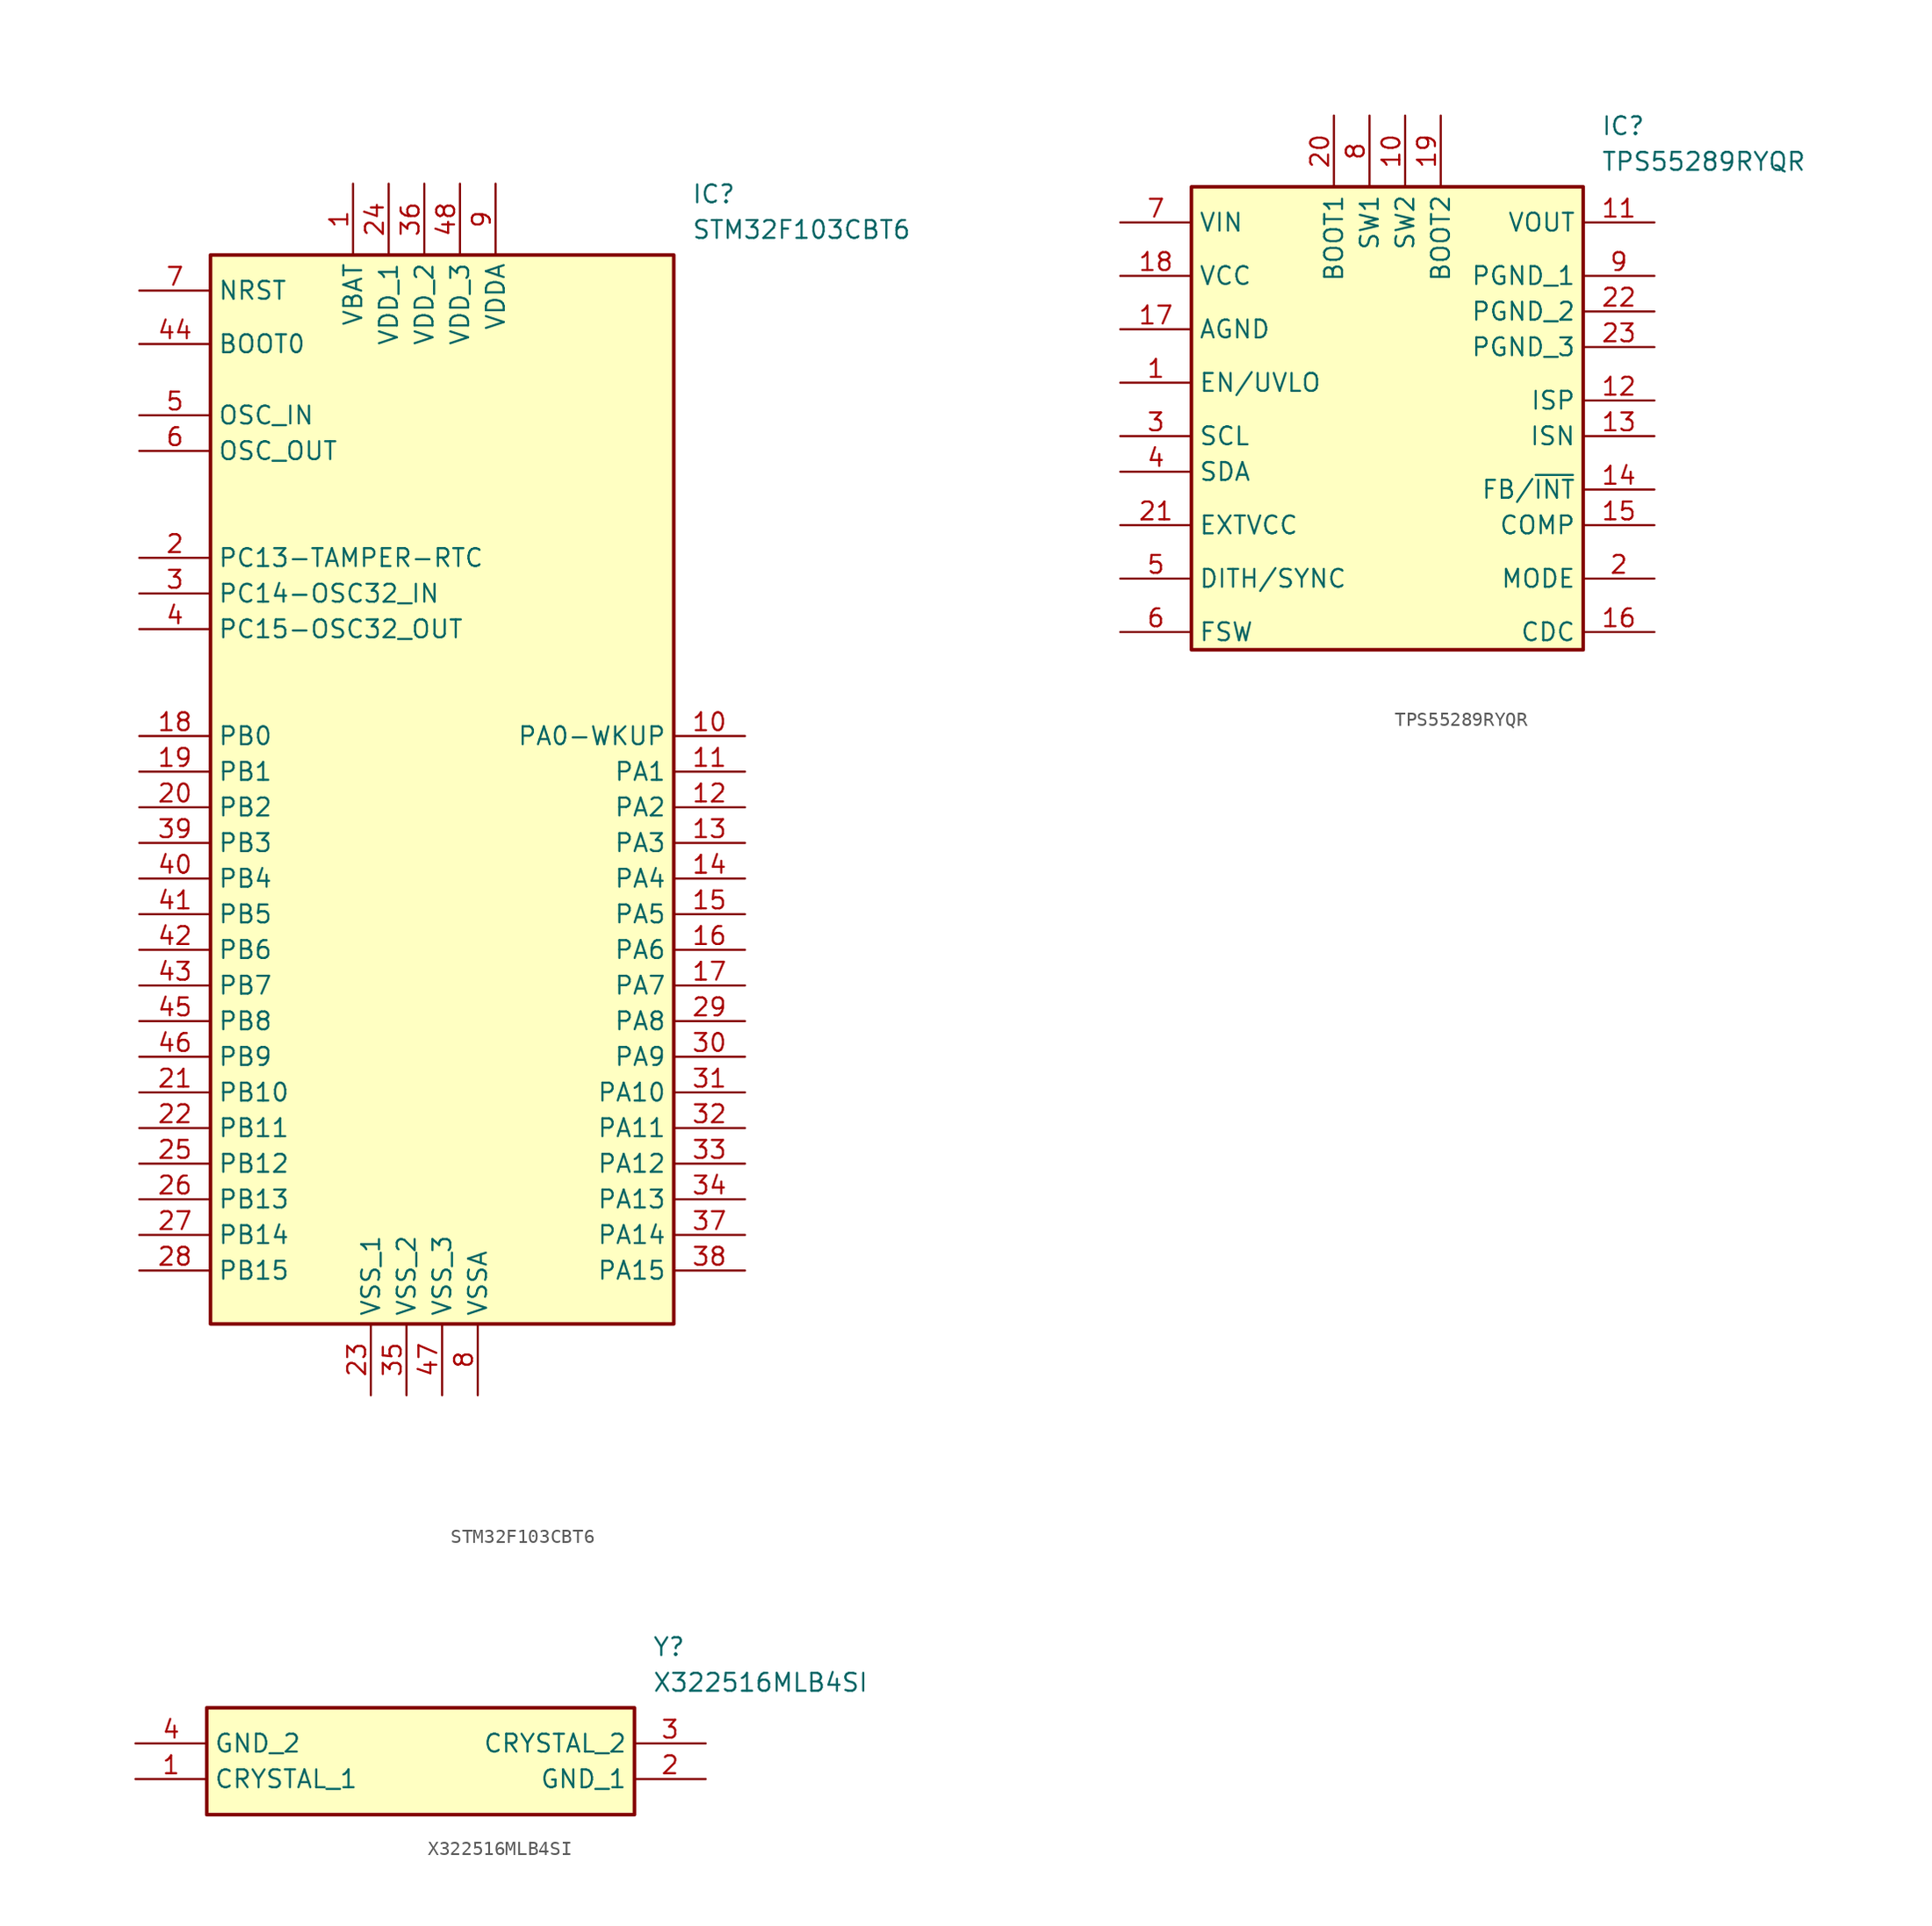
<source format=kicad_sym>
(kicad_symbol_lib
  (version 20220914)
  (generator kicad_symbol_editor)
  (symbol "STM32F103CBT6"
    (property "Reference" "IC"
      (at 39.37 17.78 0)
      (effects (font (size 1.27 1.27)) (justify left top)))
    (property "Value" "STM32F103CBT6"
      (at 39.37 15.24 0)
      (effects (font (size 1.27 1.27)) (justify left top)))
    (symbol "STM32F103CBT6_1_1"
      (rectangle (start 5.08 12.7) (end 38.1 -63.5) (stroke (width 0.254) (type default)) (fill (type background)))
      (pin passive line (at 15.24 17.78 270) (length 5.08) (name "VBAT" (effects (font (size 1.27 1.27)))) (number "1" (effects (font (size 1.27 1.27)))))
      (pin passive line (at 43.18 -21.59 180) (length 5.08) (name "PA0-WKUP" (effects (font (size 1.27 1.27)))) (number "10" (effects (font (size 1.27 1.27)))))
      (pin passive line (at 43.18 -24.13 180) (length 5.08) (name "PA1" (effects (font (size 1.27 1.27)))) (number "11" (effects (font (size 1.27 1.27)))))
      (pin passive line (at 43.18 -26.67 180) (length 5.08) (name "PA2" (effects (font (size 1.27 1.27)))) (number "12" (effects (font (size 1.27 1.27)))))
      (pin passive line (at 43.18 -29.21 180) (length 5.08) (name "PA3" (effects (font (size 1.27 1.27)))) (number "13" (effects (font (size 1.27 1.27)))))
      (pin passive line (at 43.18 -31.75 180) (length 5.08) (name "PA4" (effects (font (size 1.27 1.27)))) (number "14" (effects (font (size 1.27 1.27)))))
      (pin passive line (at 43.18 -34.29 180) (length 5.08) (name "PA5" (effects (font (size 1.27 1.27)))) (number "15" (effects (font (size 1.27 1.27)))))
      (pin passive line (at 43.18 -36.83 180) (length 5.08) (name "PA6" (effects (font (size 1.27 1.27)))) (number "16" (effects (font (size 1.27 1.27)))))
      (pin passive line (at 43.18 -39.37 180) (length 5.08) (name "PA7" (effects (font (size 1.27 1.27)))) (number "17" (effects (font (size 1.27 1.27)))))
      (pin passive line (at 0 -21.59 0) (length 5.08) (name "PB0" (effects (font (size 1.27 1.27)))) (number "18" (effects (font (size 1.27 1.27)))))
      (pin passive line (at 0 -24.13 0) (length 5.08) (name "PB1" (effects (font (size 1.27 1.27)))) (number "19" (effects (font (size 1.27 1.27)))))
      (pin passive line (at 0 -8.89 0) (length 5.08) (name "PC13-TAMPER-RTC" (effects (font (size 1.27 1.27)))) (number "2" (effects (font (size 1.27 1.27)))))
      (pin passive line (at 0 -26.67 0) (length 5.08) (name "PB2" (effects (font (size 1.27 1.27)))) (number "20" (effects (font (size 1.27 1.27)))))
      (pin passive line (at 0 -46.99 0) (length 5.08) (name "PB10" (effects (font (size 1.27 1.27)))) (number "21" (effects (font (size 1.27 1.27)))))
      (pin passive line (at 0 -49.53 0) (length 5.08) (name "PB11" (effects (font (size 1.27 1.27)))) (number "22" (effects (font (size 1.27 1.27)))))
      (pin passive line (at 16.51 -68.58 90) (length 5.08) (name "VSS_1" (effects (font (size 1.27 1.27)))) (number "23" (effects (font (size 1.27 1.27)))))
      (pin passive line (at 17.78 17.78 270) (length 5.08) (name "VDD_1" (effects (font (size 1.27 1.27)))) (number "24" (effects (font (size 1.27 1.27)))))
      (pin passive line (at 0 -52.07 0) (length 5.08) (name "PB12" (effects (font (size 1.27 1.27)))) (number "25" (effects (font (size 1.27 1.27)))))
      (pin passive line (at 0 -54.61 0) (length 5.08) (name "PB13" (effects (font (size 1.27 1.27)))) (number "26" (effects (font (size 1.27 1.27)))))
      (pin passive line (at 0 -57.15 0) (length 5.08) (name "PB14" (effects (font (size 1.27 1.27)))) (number "27" (effects (font (size 1.27 1.27)))))
      (pin passive line (at 0 -59.69 0) (length 5.08) (name "PB15" (effects (font (size 1.27 1.27)))) (number "28" (effects (font (size 1.27 1.27)))))
      (pin passive line (at 43.18 -41.91 180) (length 5.08) (name "PA8" (effects (font (size 1.27 1.27)))) (number "29" (effects (font (size 1.27 1.27)))))
      (pin passive line (at 0 -11.43 0) (length 5.08) (name "PC14-OSC32_IN" (effects (font (size 1.27 1.27)))) (number "3" (effects (font (size 1.27 1.27)))))
      (pin passive line (at 43.18 -44.45 180) (length 5.08) (name "PA9" (effects (font (size 1.27 1.27)))) (number "30" (effects (font (size 1.27 1.27)))))
      (pin passive line (at 43.18 -46.99 180) (length 5.08) (name "PA10" (effects (font (size 1.27 1.27)))) (number "31" (effects (font (size 1.27 1.27)))))
      (pin passive line (at 43.18 -49.53 180) (length 5.08) (name "PA11" (effects (font (size 1.27 1.27)))) (number "32" (effects (font (size 1.27 1.27)))))
      (pin passive line (at 43.18 -52.07 180) (length 5.08) (name "PA12" (effects (font (size 1.27 1.27)))) (number "33" (effects (font (size 1.27 1.27)))))
      (pin passive line (at 43.18 -54.61 180) (length 5.08) (name "PA13" (effects (font (size 1.27 1.27)))) (number "34" (effects (font (size 1.27 1.27)))))
      (pin passive line (at 19.05 -68.58 90) (length 5.08) (name "VSS_2" (effects (font (size 1.27 1.27)))) (number "35" (effects (font (size 1.27 1.27)))))
      (pin passive line (at 20.32 17.78 270) (length 5.08) (name "VDD_2" (effects (font (size 1.27 1.27)))) (number "36" (effects (font (size 1.27 1.27)))))
      (pin passive line (at 43.18 -57.15 180) (length 5.08) (name "PA14" (effects (font (size 1.27 1.27)))) (number "37" (effects (font (size 1.27 1.27)))))
      (pin passive line (at 43.18 -59.69 180) (length 5.08) (name "PA15" (effects (font (size 1.27 1.27)))) (number "38" (effects (font (size 1.27 1.27)))))
      (pin passive line (at 0 -29.21 0) (length 5.08) (name "PB3" (effects (font (size 1.27 1.27)))) (number "39" (effects (font (size 1.27 1.27)))))
      (pin passive line (at 0 -13.97 0) (length 5.08) (name "PC15-OSC32_OUT" (effects (font (size 1.27 1.27)))) (number "4" (effects (font (size 1.27 1.27)))))
      (pin passive line (at 0 -31.75 0) (length 5.08) (name "PB4" (effects (font (size 1.27 1.27)))) (number "40" (effects (font (size 1.27 1.27)))))
      (pin passive line (at 0 -34.29 0) (length 5.08) (name "PB5" (effects (font (size 1.27 1.27)))) (number "41" (effects (font (size 1.27 1.27)))))
      (pin passive line (at 0 -36.83 0) (length 5.08) (name "PB6" (effects (font (size 1.27 1.27)))) (number "42" (effects (font (size 1.27 1.27)))))
      (pin passive line (at 0 -39.37 0) (length 5.08) (name "PB7" (effects (font (size 1.27 1.27)))) (number "43" (effects (font (size 1.27 1.27)))))
      (pin passive line (at 0 6.35 0) (length 5.08) (name "BOOT0" (effects (font (size 1.27 1.27)))) (number "44" (effects (font (size 1.27 1.27)))))
      (pin passive line (at 0 -41.91 0) (length 5.08) (name "PB8" (effects (font (size 1.27 1.27)))) (number "45" (effects (font (size 1.27 1.27)))))
      (pin passive line (at 0 -44.45 0) (length 5.08) (name "PB9" (effects (font (size 1.27 1.27)))) (number "46" (effects (font (size 1.27 1.27)))))
      (pin passive line (at 21.59 -68.58 90) (length 5.08) (name "VSS_3" (effects (font (size 1.27 1.27)))) (number "47" (effects (font (size 1.27 1.27)))))
      (pin passive line (at 22.86 17.78 270) (length 5.08) (name "VDD_3" (effects (font (size 1.27 1.27)))) (number "48" (effects (font (size 1.27 1.27)))))
      (pin passive line (at 0 1.27 0) (length 5.08) (name "OSC_IN" (effects (font (size 1.27 1.27)))) (number "5" (effects (font (size 1.27 1.27)))))
      (pin passive line (at 0 -1.27 0) (length 5.08) (name "OSC_OUT" (effects (font (size 1.27 1.27)))) (number "6" (effects (font (size 1.27 1.27)))))
      (pin passive line (at 0 10.16 0) (length 5.08) (name "NRST" (effects (font (size 1.27 1.27)))) (number "7" (effects (font (size 1.27 1.27)))))
      (pin passive line (at 24.13 -68.58 90) (length 5.08) (name "VSSA" (effects (font (size 1.27 1.27)))) (number "8" (effects (font (size 1.27 1.27)))))
      (pin passive line (at 25.4 17.78 270) (length 5.08) (name "VDDA" (effects (font (size 1.27 1.27)))) (number "9" (effects (font (size 1.27 1.27)))))))
  (symbol "TPS55289RYQR"
    (property "Reference" "IC"
      (at 34.29 7.62 0)
      (effects (font (size 1.27 1.27)) (justify left top)))
    (property "Value" "TPS55289RYQR"
      (at 34.29 5.08 0)
      (effects (font (size 1.27 1.27)) (justify left top)))
    (symbol "TPS55289RYQR_1_1"
      (rectangle (start 5.08 2.54) (end 33.02 -30.48) (stroke (width 0.254) (type default)) (fill (type background)))
      (pin passive line (at 0 -11.43 0) (length 5.08) (name "EN/UVLO" (effects (font (size 1.27 1.27)))) (number "1" (effects (font (size 1.27 1.27)))))
      (pin passive line (at 20.32 7.62 270) (length 5.08) (name "SW2" (effects (font (size 1.27 1.27)))) (number "10" (effects (font (size 1.27 1.27)))))
      (pin passive line (at 38.1 0 180) (length 5.08) (name "VOUT" (effects (font (size 1.27 1.27)))) (number "11" (effects (font (size 1.27 1.27)))))
      (pin passive line (at 38.1 -12.7 180) (length 5.08) (name "ISP" (effects (font (size 1.27 1.27)))) (number "12" (effects (font (size 1.27 1.27)))))
      (pin passive line (at 38.1 -15.24 180) (length 5.08) (name "ISN" (effects (font (size 1.27 1.27)))) (number "13" (effects (font (size 1.27 1.27)))))
      (pin passive line (at 38.1 -19.05 180) (length 5.08) (name "FB/~{INT}" (effects (font (size 1.27 1.27)))) (number "14" (effects (font (size 1.27 1.27)))))
      (pin passive line (at 38.1 -21.59 180) (length 5.08) (name "COMP" (effects (font (size 1.27 1.27)))) (number "15" (effects (font (size 1.27 1.27)))))
      (pin passive line (at 38.1 -29.21 180) (length 5.08) (name "CDC" (effects (font (size 1.27 1.27)))) (number "16" (effects (font (size 1.27 1.27)))))
      (pin passive line (at 0 -7.62 0) (length 5.08) (name "AGND" (effects (font (size 1.27 1.27)))) (number "17" (effects (font (size 1.27 1.27)))))
      (pin passive line (at 0 -3.81 0) (length 5.08) (name "VCC" (effects (font (size 1.27 1.27)))) (number "18" (effects (font (size 1.27 1.27)))))
      (pin passive line (at 22.86 7.62 270) (length 5.08) (name "BOOT2" (effects (font (size 1.27 1.27)))) (number "19" (effects (font (size 1.27 1.27)))))
      (pin passive line (at 38.1 -25.4 180) (length 5.08) (name "MODE" (effects (font (size 1.27 1.27)))) (number "2" (effects (font (size 1.27 1.27)))))
      (pin passive line (at 15.24 7.62 270) (length 5.08) (name "BOOT1" (effects (font (size 1.27 1.27)))) (number "20" (effects (font (size 1.27 1.27)))))
      (pin passive line (at 0 -21.59 0) (length 5.08) (name "EXTVCC" (effects (font (size 1.27 1.27)))) (number "21" (effects (font (size 1.27 1.27)))))
      (pin passive line (at 38.1 -6.35 180) (length 5.08) (name "PGND_2" (effects (font (size 1.27 1.27)))) (number "22" (effects (font (size 1.27 1.27)))))
      (pin passive line (at 38.1 -8.89 180) (length 5.08) (name "PGND_3" (effects (font (size 1.27 1.27)))) (number "23" (effects (font (size 1.27 1.27)))))
      (pin passive line (at 0 -15.24 0) (length 5.08) (name "SCL" (effects (font (size 1.27 1.27)))) (number "3" (effects (font (size 1.27 1.27)))))
      (pin passive line (at 0 -17.78 0) (length 5.08) (name "SDA" (effects (font (size 1.27 1.27)))) (number "4" (effects (font (size 1.27 1.27)))))
      (pin passive line (at 0 -25.4 0) (length 5.08) (name "DITH/SYNC" (effects (font (size 1.27 1.27)))) (number "5" (effects (font (size 1.27 1.27)))))
      (pin passive line (at 0 -29.21 0) (length 5.08) (name "FSW" (effects (font (size 1.27 1.27)))) (number "6" (effects (font (size 1.27 1.27)))))
      (pin passive line (at 0 0 0) (length 5.08) (name "VIN" (effects (font (size 1.27 1.27)))) (number "7" (effects (font (size 1.27 1.27)))))
      (pin passive line (at 17.78 7.62 270) (length 5.08) (name "SW1" (effects (font (size 1.27 1.27)))) (number "8" (effects (font (size 1.27 1.27)))))
      (pin passive line (at 38.1 -3.81 180) (length 5.08) (name "PGND_1" (effects (font (size 1.27 1.27)))) (number "9" (effects (font (size 1.27 1.27)))))))
  (symbol "X322516MLB4SI"
    (property "Reference" "Y"
      (at 36.83 7.62 0)
      (effects (font (size 1.27 1.27)) (justify left top)))
    (property "Value" "X322516MLB4SI"
      (at 36.83 5.08 0)
      (effects (font (size 1.27 1.27)) (justify left top)))
    (symbol "X322516MLB4SI_1_1"
      (rectangle (start 5.08 2.54) (end 35.56 -5.08) (stroke (width 0.254) (type default)) (fill (type background)))
      (pin passive line (at 0 -2.54 0) (length 5.08) (name "CRYSTAL_1" (effects (font (size 1.27 1.27)))) (number "1" (effects (font (size 1.27 1.27)))))
      (pin passive line (at 40.64 -2.54 180) (length 5.08) (name "GND_1" (effects (font (size 1.27 1.27)))) (number "2" (effects (font (size 1.27 1.27)))))
      (pin passive line (at 40.64 0 180) (length 5.08) (name "CRYSTAL_2" (effects (font (size 1.27 1.27)))) (number "3" (effects (font (size 1.27 1.27)))))
      (pin passive line (at 0 0 0) (length 5.08) (name "GND_2" (effects (font (size 1.27 1.27)))) (number "4" (effects (font (size 1.27 1.27))))))))
</source>
